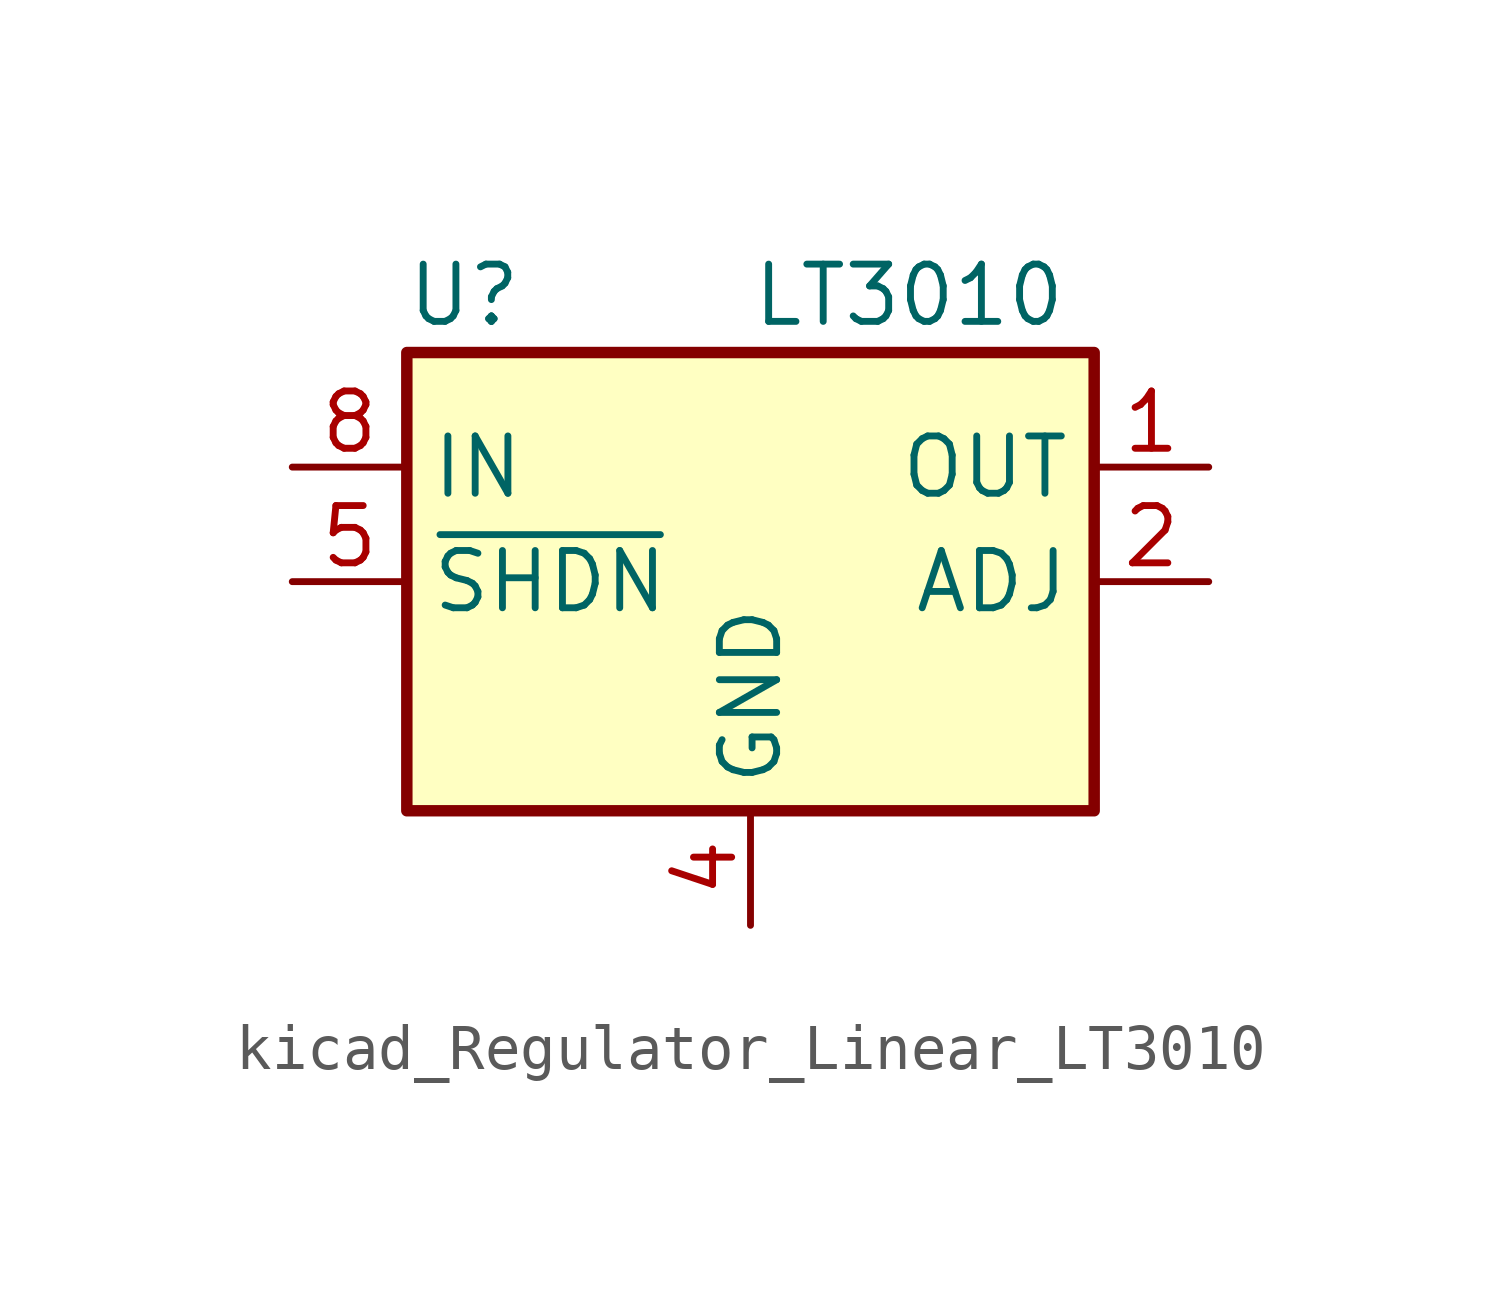
<source format=kicad_sym>
(kicad_symbol_lib
  (version 20220914)
  (generator kicad_symbol_editor)
  (symbol "kicad_Regulator_Linear_LT3010"
    (property "Reference" "U"
      (at -6.35 6.35 0)
      (effects (font (size 1.27 1.27))))
    (property "Value" "LT3010"
      (at 0 6.35 0)
      (effects (font (size 1.27 1.27)) (justify left)))
    (symbol "kicad_Regulator_Linear_LT3010_0_1"
      (rectangle (start -7.62 5.08) (end 7.62 -5.08) (stroke (width 0.254) (type default)) (fill (type background))))
    (symbol "kicad_Regulator_Linear_LT3010_1_1"
      (pin power_out line (at 10.16 2.54 180) (length 2.54) (name "OUT" (effects (font (size 1.27 1.27)))) (number "1" (effects (font (size 1.27 1.27)))))
      (pin input line (at 10.16 0 180) (length 2.54) (name "ADJ" (effects (font (size 1.27 1.27)))) (number "2" (effects (font (size 1.27 1.27)))))
      (pin no_connect line (at -7.62 -2.54 0) (length 2.54) hide (name "NC" (effects (font (size 1.27 1.27)))) (number "3" (effects (font (size 1.27 1.27)))))
      (pin power_in line (at 0 -7.62 90) (length 2.54) (name "GND" (effects (font (size 1.27 1.27)))) (number "4" (effects (font (size 1.27 1.27)))))
      (pin input line (at -10.16 0 0) (length 2.54) (name "~{SHDN}" (effects (font (size 1.27 1.27)))) (number "5" (effects (font (size 1.27 1.27)))))
      (pin no_connect line (at 7.62 -2.54 180) (length 2.54) hide (name "NC" (effects (font (size 1.27 1.27)))) (number "6" (effects (font (size 1.27 1.27)))))
      (pin no_connect line (at 2.54 -5.08 90) (length 2.54) hide (name "NC" (effects (font (size 1.27 1.27)))) (number "7" (effects (font (size 1.27 1.27)))))
      (pin power_in line (at -10.16 2.54 0) (length 2.54) (name "IN" (effects (font (size 1.27 1.27)))) (number "8" (effects (font (size 1.27 1.27)))))
      (pin passive line (at 0 -7.62 90) (length 2.54) hide (name "GND" (effects (font (size 1.27 1.27)))) (number "9" (effects (font (size 1.27 1.27))))))))
</source>
